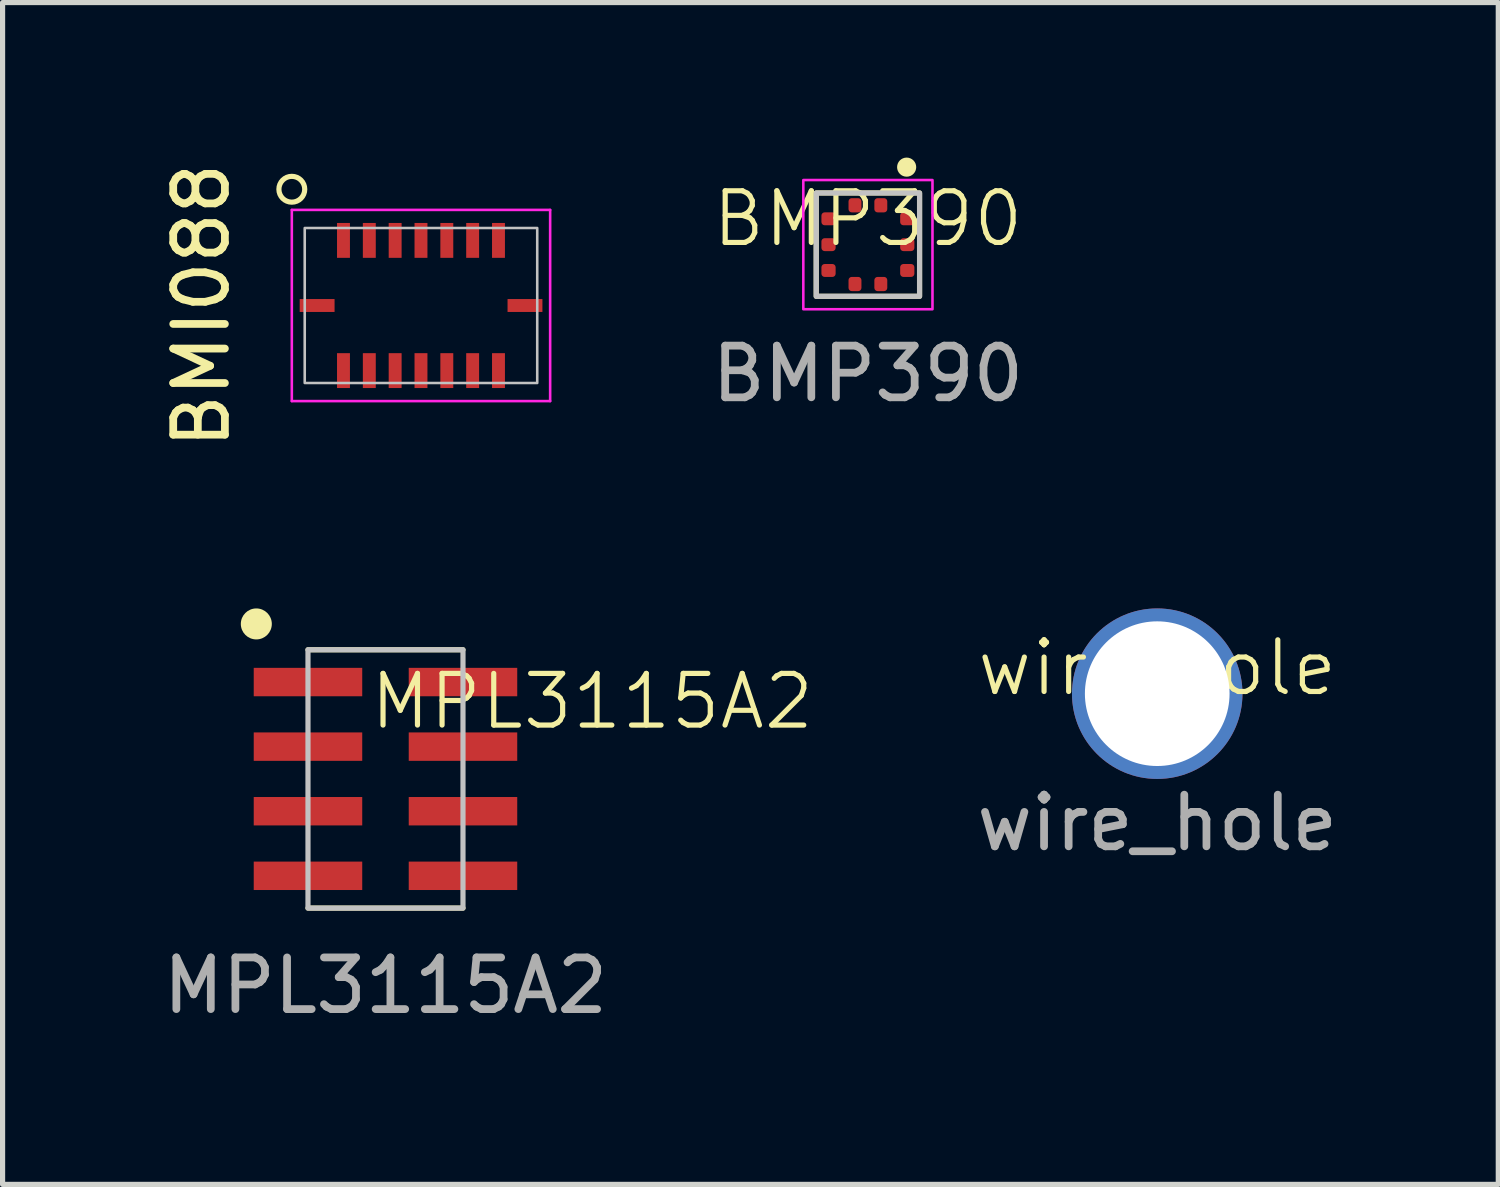
<source format=kicad_pcb>
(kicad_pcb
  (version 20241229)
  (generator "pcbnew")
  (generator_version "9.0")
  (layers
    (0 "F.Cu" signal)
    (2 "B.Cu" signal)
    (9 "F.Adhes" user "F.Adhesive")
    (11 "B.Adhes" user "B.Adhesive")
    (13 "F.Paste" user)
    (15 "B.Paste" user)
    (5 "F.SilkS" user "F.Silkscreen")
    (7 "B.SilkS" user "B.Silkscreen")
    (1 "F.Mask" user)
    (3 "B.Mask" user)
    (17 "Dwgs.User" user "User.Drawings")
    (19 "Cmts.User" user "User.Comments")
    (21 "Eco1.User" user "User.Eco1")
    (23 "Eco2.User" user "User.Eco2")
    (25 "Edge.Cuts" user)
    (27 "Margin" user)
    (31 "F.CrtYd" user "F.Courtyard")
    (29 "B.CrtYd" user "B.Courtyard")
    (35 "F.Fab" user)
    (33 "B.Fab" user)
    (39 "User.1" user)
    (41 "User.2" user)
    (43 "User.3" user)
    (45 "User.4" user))
  (footprint "MPL3115A2"
    (layer "F.Cu")
    (at 4.411 12.026)
    (property "Reference" "MPL3115A2" (at 4 -1.5 0) (unlocked yes) (layer "F.SilkS") (effects (font (size 1 1) (thickness 0.1))))
    (fp_line (start -1.5 -2.5) (end 1.5 -2.5) (stroke (width 0.1) (type default)) (layer "F.SilkS"))
    (fp_line (start -1.5 2.5) (end 1.5 2.5) (stroke (width 0.1) (type default)) (layer "F.SilkS"))
    (fp_circle (center -2.5 -3) (end -2.25 -3) (stroke (width 0.1) (type solid)) (fill yes) (layer "F.SilkS"))
    (fp_rect (start 1.5 2.5) (end -1.5 -2.5) (stroke (width 0.1) (type default)) (fill no) (layer "Dwgs.User"))
    (fp_text user "${REFERENCE}" (at 0 4 0) (unlocked yes) (layer "F.Fab") (effects (font (size 1 1) (thickness 0.15))))
    (pad "1" smd rect (at -1.5 -1.875) (size 2.1 0.55) (layers "F.Cu" "F.Mask" "F.Paste"))
    (pad "2" smd rect (at -1.5 -0.625) (size 2.1 0.55) (layers "F.Cu" "F.Mask" "F.Paste"))
    (pad "3" smd rect (at -1.5 0.625) (size 2.1 0.55) (layers "F.Cu" "F.Mask" "F.Paste"))
    (pad "4" smd rect (at -1.5 1.875) (size 2.1 0.55) (layers "F.Cu" "F.Mask" "F.Paste"))
    (pad "5" smd rect (at 1.5 1.875) (size 2.1 0.55) (layers "F.Cu" "F.Mask" "F.Paste"))
    (pad "6" smd rect (at 1.5 0.625) (size 2.1 0.55) (layers "F.Cu" "F.Mask" "F.Paste"))
    (pad "7" smd rect (at 1.5 -0.625) (size 2.1 0.55) (layers "F.Cu" "F.Mask" "F.Paste"))
    (pad "8" smd rect (at 1.5 -1.875) (size 2.1 0.55) (layers "F.Cu" "F.Mask" "F.Paste")))
  (footprint "BMP390"
    (layer "F.Cu")
    (at 13.748 1.685)
    (property "Reference" "BMP390" (at 0 -0.5 0) (unlocked yes) (layer "F.SilkS") (effects (font (size 1 1) (thickness 0.1))))
    (attr smd)
    (fp_rect (start -1 -1) (end 1 1) (stroke (width 0.1) (type default)) (fill no) (layer "F.SilkS"))
    (fp_circle (center 0.75 -1.5) (end 0.885 -1.5) (stroke (width 0.1) (type solid)) (fill yes) (layer "F.SilkS"))
    (fp_rect (start -1 -1) (end 1 1) (stroke (width 0.1) (type default)) (fill no) (layer "Dwgs.User"))
    (fp_rect (start -1.25 -1.25) (end 1.25 1.25) (stroke (width 0.05) (type default)) (fill no) (layer "F.CrtYd"))
    (fp_text user "${REFERENCE}" (at 0 2.5 0) (unlocked yes) (layer "F.Fab") (effects (font (size 1 1) (thickness 0.15))))
    (pad "1" smd roundrect (at 0.25 -0.762) (size 0.25 0.275) (layers "F.Cu" "F.Mask" "F.Paste") (roundrect_rratio 0.25))
    (pad "2" smd roundrect (at -0.25 -0.762) (size 0.25 0.275) (layers "F.Cu" "F.Mask" "F.Paste") (roundrect_rratio 0.25))
    (pad "3" smd roundrect (at -0.762 -0.5) (size 0.275 0.25) (layers "F.Cu" "F.Mask" "F.Paste") (roundrect_rratio 0.25))
    (pad "4" smd roundrect (at -0.762 0) (size 0.275 0.25) (layers "F.Cu" "F.Mask" "F.Paste") (roundrect_rratio 0.25))
    (pad "5" smd roundrect (at -0.762 0.5) (size 0.275 0.25) (layers "F.Cu" "F.Mask" "F.Paste") (roundrect_rratio 0.25))
    (pad "6" smd roundrect (at -0.25 0.762) (size 0.25 0.275) (layers "F.Cu" "F.Mask" "F.Paste") (roundrect_rratio 0.25))
    (pad "7" smd roundrect (at 0.25 0.762) (size 0.25 0.275) (layers "F.Cu" "F.Mask" "F.Paste") (roundrect_rratio 0.25))
    (pad "8" smd roundrect (at 0.762 0.5) (size 0.275 0.25) (layers "F.Cu" "F.Mask" "F.Paste") (roundrect_rratio 0.25))
    (pad "9" smd roundrect (at 0.762 0) (size 0.275 0.25) (layers "F.Cu" "F.Mask" "F.Paste") (roundrect_rratio 0.25))
    (pad "10" smd roundrect (at 0.762 -0.5) (size 0.275 0.25) (layers "F.Cu" "F.Mask" "F.Paste") (roundrect_rratio 0.25)))
  (footprint "wire_hole"
    (layer "F.Cu")
    (at 19.348 10.376)
    (property "Reference" "wire_hole" (at 0 -0.5 0) (unlocked yes) (layer "F.SilkS") (effects (font (size 1 1) (thickness 0.1))))
    (fp_text user "${REFERENCE}" (at 0 2.5 0) (unlocked yes) (layer "F.Fab") (effects (font (size 1 1) (thickness 0.15))))
    (pad "1" thru_hole circle (at 0 0) (size 3.3 3.3) (drill 2.8) (layers "*.Cu" "*.Mask")))
  (footprint "BMI088"
    (layer "F.Cu")
    (at 5.098 2.863)
    (property "Reference" "BMI088" (at -4.25 0 90) (layer "F.SilkS") (effects (font (size 1 1) (thickness 0.15))))
    (attr smd)
    (fp_circle (center -2.5 -2.25) (end -2.25 -2.25) (stroke (width 0.1) (type default)) (fill no) (layer "F.SilkS"))
    (fp_rect (start -2.25 -1.5) (end 2.25 1.5) (stroke (width 0.05) (type default)) (fill no) (layer "Dwgs.User"))
    (fp_line (start -2.5 -1.85) (end 2.5 -1.85) (stroke (width 0.05) (type default)) (layer "F.CrtYd"))
    (fp_line (start -2.5 1.85) (end -2.5 -1.85) (stroke (width 0.05) (type default)) (layer "F.CrtYd"))
    (fp_line (start 2.5 -1.85) (end 2.5 1.85) (stroke (width 0.05) (type default)) (layer "F.CrtYd"))
    (fp_line (start 2.5 1.85) (end -2.5 1.85) (stroke (width 0.05) (type default)) (layer "F.CrtYd"))
    (pad "1" smd rect (at -1.5 -1.26) (size 0.25 0.675) (layers "F.Cu" "F.Mask" "F.Paste"))
    (pad "2" smd rect (at -1 -1.26) (size 0.25 0.675) (layers "F.Cu" "F.Mask" "F.Paste"))
    (pad "3" smd rect (at -0.5 -1.26) (size 0.25 0.675) (layers "F.Cu" "F.Mask" "F.Paste"))
    (pad "4" smd rect (at 0 -1.26) (size 0.25 0.675) (layers "F.Cu" "F.Mask" "F.Paste"))
    (pad "5" smd rect (at 0.5 -1.26) (size 0.25 0.675) (layers "F.Cu" "F.Mask" "F.Paste"))
    (pad "6" smd rect (at 1 -1.26) (size 0.25 0.675) (layers "F.Cu" "F.Mask" "F.Paste"))
    (pad "7" smd rect (at 1.5 -1.26) (size 0.25 0.675) (layers "F.Cu" "F.Mask" "F.Paste"))
    (pad "8" smd rect (at 2.013 0) (size 0.675 0.25) (layers "F.Cu" "F.Mask" "F.Paste"))
    (pad "9" smd rect (at 1.5 1.26) (size 0.25 0.675) (layers "F.Cu" "F.Mask" "F.Paste"))
    (pad "10" smd rect (at 1 1.26) (size 0.25 0.675) (layers "F.Cu" "F.Mask" "F.Paste"))
    (pad "11" smd rect (at 0.5 1.26) (size 0.25 0.675) (layers "F.Cu" "F.Mask" "F.Paste"))
    (pad "12" smd rect (at 0 1.26) (size 0.25 0.675) (layers "F.Cu" "F.Mask" "F.Paste"))
    (pad "13" smd rect (at -0.5 1.26) (size 0.25 0.675) (layers "F.Cu" "F.Mask" "F.Paste"))
    (pad "14" smd rect (at -1 1.26) (size 0.25 0.675) (layers "F.Cu" "F.Mask" "F.Paste"))
    (pad "15" smd rect (at -1.5 1.26) (size 0.25 0.675) (layers "F.Cu" "F.Mask" "F.Paste"))
    (pad "16" smd rect (at -2.01 0) (size 0.675 0.25) (layers "F.Cu" "F.Mask" "F.Paste")))
  (gr_rect
    (start -3 -3)
    (end 25.949 19.874)
    (stroke (width 0.1) (type default))
    (fill no)
    (layer "Edge.Cuts")))
</source>
